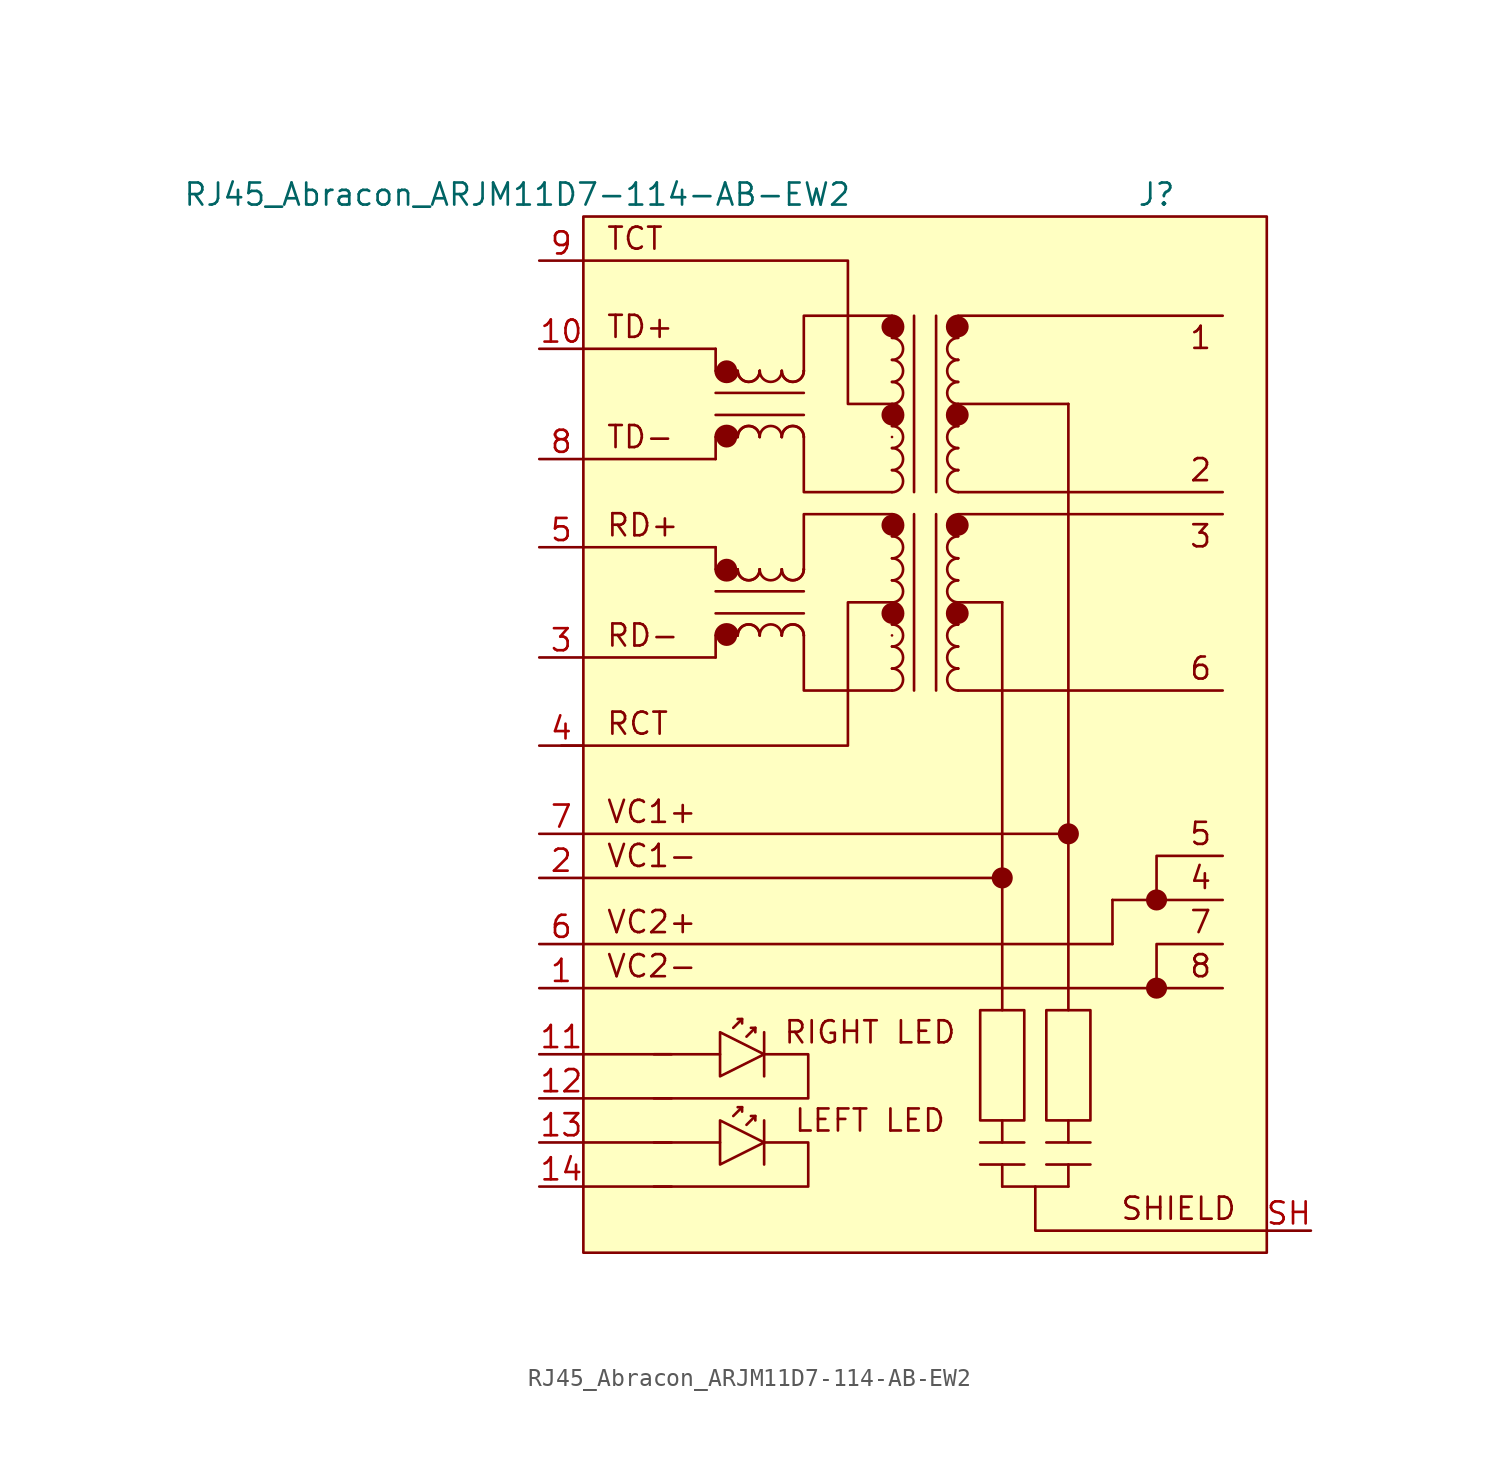
<source format=kicad_sym>
(kicad_symbol_lib
  (version 20211014)
  (generator kicad_symbol_editor)
  (symbol "RJ45_Abracon_ARJM11D7-114-AB-EW2"
    (pin_names hide)
    (property "Reference" "J"
      (at 13.97 30.48 0)
      (effects (font (size 1.27 1.27))))
    (property "Value" "RJ45_Abracon_ARJM11D7-114-AB-EW2"
      (at -22.86 30.48 0)
      (effects (font (size 1.27 1.27))))
    (symbol "RJ45_Abracon_ARJM11D7-114-AB-EW2_0_0"
      (rectangle (start -19.05 29.21) (end 20.32 -30.48) (stroke (width 0.152) (type default) (color 0 0 0 0)) (fill (type background)))
      (polyline (pts (xy -19.05 -26.67) (xy -13.97 -26.67)) (stroke (width 0) (type default) (color 0 0 0 0)) (fill (type none)))
      (polyline (pts (xy -19.05 -24.13) (xy -13.97 -24.13)) (stroke (width 0) (type default) (color 0 0 0 0)) (fill (type none)))
      (polyline (pts (xy -19.05 -21.59) (xy -13.97 -21.59)) (stroke (width 0) (type default) (color 0 0 0 0)) (fill (type none)))
      (polyline (pts (xy -19.05 -19.05) (xy -13.97 -19.05)) (stroke (width 0) (type default) (color 0 0 0 0)) (fill (type none)))
      (polyline (pts (xy -19.05 -15.24) (xy 17.78 -15.24)) (stroke (width 0) (type default) (color 0 0 0 0)) (fill (type none)))
      (polyline (pts (xy -19.05 -12.7) (xy 11.43 -12.7)) (stroke (width 0) (type default) (color 0 0 0 0)) (fill (type none)))
      (polyline (pts (xy -19.05 -8.89) (xy 5.08 -8.89)) (stroke (width 0) (type default) (color 0 0 0 0)) (fill (type none)))
      (polyline (pts (xy -19.05 3.81) (xy -11.43 3.81)) (stroke (width 0) (type default) (color 0 0 0 0)) (fill (type none)))
      (polyline (pts (xy -19.05 10.16) (xy -11.43 10.16)) (stroke (width 0) (type default) (color 0 0 0 0)) (fill (type none)))
      (polyline (pts (xy -19.05 15.24) (xy -11.43 15.24)) (stroke (width 0) (type default) (color 0 0 0 0)) (fill (type none)))
      (polyline (pts (xy -14.986 -19.05) (xy -11.176 -19.05)) (stroke (width 0) (type default) (color 0 0 0 0)) (fill (type none)))
      (polyline (pts (xy -11.43 21.59) (xy -19.05 21.59)) (stroke (width 0) (type default) (color 0 0 0 0)) (fill (type none)))
      (polyline (pts (xy 5.08 -22.86) (xy 5.08 -24.13)) (stroke (width 0) (type default) (color 0 0 0 0)) (fill (type none)))
      (polyline (pts (xy 6.35 -25.4) (xy 3.81 -25.4)) (stroke (width 0) (type default) (color 0 0 0 0)) (fill (type none)))
      (polyline (pts (xy 8.89 -22.86) (xy 8.89 -24.13)) (stroke (width 0) (type default) (color 0 0 0 0)) (fill (type none)))
      (polyline (pts (xy 8.89 -6.35) (xy -19.05 -6.35)) (stroke (width 0) (type default) (color 0 0 0 0)) (fill (type none)))
      (polyline (pts (xy 10.16 -25.4) (xy 7.62 -25.4)) (stroke (width 0) (type default) (color 0 0 0 0)) (fill (type none)))
      (polyline (pts (xy 11.43 -10.16) (xy 17.78 -10.16)) (stroke (width 0) (type default) (color 0 0 0 0)) (fill (type none)))
      (polyline (pts (xy 5.08 -25.4) (xy 5.08 -26.67) (xy 5.08 -26.67)) (stroke (width 0) (type default) (color 0 0 0 0)) (fill (type none)))
      (polyline (pts (xy 8.89 -25.4) (xy 8.89 -26.67) (xy 8.89 -26.67)) (stroke (width 0) (type default) (color 0 0 0 0)) (fill (type none)))
      (polyline (pts (xy 13.97 -15.24) (xy 13.97 -12.7) (xy 17.78 -12.7)) (stroke (width 0) (type default) (color 0 0 0 0)) (fill (type none)))
      (polyline (pts (xy 13.97 -10.16) (xy 13.97 -7.62) (xy 17.78 -7.62)) (stroke (width 0) (type default) (color 0 0 0 0)) (fill (type none)))
      (polyline (pts (xy -8.636 -19.05) (xy -6.096 -19.05) (xy -6.096 -21.59) (xy -14.986 -21.59)) (stroke (width 0) (type default) (color 0 0 0 0)) (fill (type none)))
      (text "1" (at 16.51 22.225 0) (effects (font (size 1.27 1.27))))
      (text "2" (at 16.51 14.605 0) (effects (font (size 1.27 1.27))))
      (text "3" (at 16.51 10.795 0) (effects (font (size 1.27 1.27))))
      (text "4" (at 16.51 -8.89 0) (effects (font (size 1.27 1.27))))
      (text "5" (at 16.51 -6.35 0) (effects (font (size 1.27 1.27))))
      (text "6" (at 16.51 3.175 0) (effects (font (size 1.27 1.27))))
      (text "7" (at 16.51 -11.43 0) (effects (font (size 1.27 1.27))))
      (text "8" (at 16.51 -13.97 0) (effects (font (size 1.27 1.27))))
      (text "LEFT LED" (at -2.54 -22.86 0) (effects (font (size 1.27 1.27))))
      (text "RD+" (at -17.78 11.43 0) (effects (font (size 1.27 1.27)) (justify left)))
      (text "SHIELD" (at 15.24 -27.94 0) (effects (font (size 1.27 1.27))))
      (text "TCT" (at -17.78 27.94 0) (effects (font (size 1.27 1.27)) (justify left)))
      (text "TD+" (at -17.78 22.86 0) (effects (font (size 1.27 1.27)) (justify left)))
      (text "TD-" (at -17.78 16.51 0) (effects (font (size 1.27 1.27)) (justify left)))
      (text "VC2+" (at -17.78 -11.43 0) (effects (font (size 1.27 1.27)) (justify left))))
    (symbol "RJ45_Abracon_ARJM11D7-114-AB-EW2_0_1"
      (polyline (pts (xy -9.906 -22.098) (xy -10.16 -22.098)) (stroke (width 0) (type default) (color 0 0 0 0)) (fill (type none)))
      (polyline (pts (xy -9.144 -22.606) (xy -9.398 -22.606)) (stroke (width 0) (type default) (color 0 0 0 0)) (fill (type none)))
      (polyline (pts (xy -8.636 -17.78) (xy -8.636 -20.32)) (stroke (width 0) (type default) (color 0 0 0 0)) (fill (type none)))
      (polyline (pts (xy 2.54 6.985) (xy 5.08 6.985)) (stroke (width 0.152) (type default) (color 0 0 0 0)) (fill (type none)))
      (polyline (pts (xy 2.54 18.415) (xy 8.89 18.415)) (stroke (width 0.152) (type default) (color 0 0 0 0)) (fill (type none)))
      (polyline (pts (xy 5.08 6.985) (xy 5.08 -16.51)) (stroke (width 0.152) (type default) (color 0 0 0 0)) (fill (type none)))
      (polyline (pts (xy 8.89 18.415) (xy 8.89 -16.51)) (stroke (width 0.152) (type default) (color 0 0 0 0)) (fill (type none)))
      (polyline (pts (xy 11.43 -12.7) (xy 11.43 -10.16)) (stroke (width 0.152) (type default) (color 0 0 0 0)) (fill (type none)))
      (polyline (pts (xy -10.414 -22.606) (xy -9.906 -22.098) (xy -9.906 -22.352)) (stroke (width 0) (type default) (color 0 0 0 0)) (fill (type none)))
      (polyline (pts (xy -9.652 -23.114) (xy -9.144 -22.606) (xy -9.144 -22.86)) (stroke (width 0) (type default) (color 0 0 0 0)) (fill (type none)))
      (polyline (pts (xy -11.176 -17.78) (xy -11.176 -20.32) (xy -8.636 -19.05) (xy -11.176 -17.78)) (stroke (width 0) (type default) (color 0 0 0 0)) (fill (type none))))
    (symbol "RJ45_Abracon_ARJM11D7-114-AB-EW2_1_1"
      (arc (start -11.43 8.89) (mid -10.795 8.255) (end -10.16 8.89) (stroke (width 0) (type default) (color 0 0 0 0)) (fill (type none)))
      (arc (start -11.43 20.32) (mid -10.795 19.685) (end -10.16 20.32) (stroke (width 0) (type default) (color 0 0 0 0)) (fill (type none)))
      (circle (center -10.795 5.08) (radius 0.0001) (stroke (width 0.607) (type default) (color 0 0 0 0)) (fill (type none)))
      (circle (center -10.795 8.89) (radius 0.0001) (stroke (width 0.607) (type default) (color 0 0 0 0)) (fill (type none)))
      (circle (center -10.795 16.51) (radius 0.0001) (stroke (width 0.607) (type default) (color 0 0 0 0)) (fill (type none)))
      (circle (center -10.795 20.32) (radius 0.0001) (stroke (width 0.607) (type default) (color 0 0 0 0)) (fill (type none)))
      (arc (start -10.16 5.08) (mid -10.795 5.715) (end -11.43 5.08) (stroke (width 0) (type default) (color 0 0 0 0)) (fill (type none)))
      (arc (start -10.16 5.08) (mid -7.62 5.08) (end -10.16 5.08) (stroke (width 0) (type default) (color 0 0 0 0)) (fill (type none)))
      (arc (start -10.16 8.89) (mid -9.525 8.255) (end -8.89 8.89) (stroke (width 0) (type default) (color 0 0 0 0)) (fill (type none)))
      (arc (start -10.16 8.89) (mid -9.525 8.255) (end -8.89 8.89) (stroke (width 0) (type default) (color 0 0 0 0)) (fill (type none)))
      (arc (start -10.16 16.51) (mid -10.795 17.145) (end -11.43 16.51) (stroke (width 0) (type default) (color 0 0 0 0)) (fill (type none)))
      (arc (start -10.16 16.51) (mid -7.62 16.51) (end -10.16 16.51) (stroke (width 0) (type default) (color 0 0 0 0)) (fill (type none)))
      (arc (start -10.16 20.32) (mid -9.525 19.685) (end -8.89 20.32) (stroke (width 0) (type default) (color 0 0 0 0)) (fill (type none)))
      (arc (start -10.16 20.32) (mid -9.525 19.685) (end -8.89 20.32) (stroke (width 0) (type default) (color 0 0 0 0)) (fill (type none)))
      (arc (start -8.89 5.08) (mid -9.525 5.715) (end -10.16 5.08) (stroke (width 0) (type default) (color 0 0 0 0)) (fill (type none)))
      (arc (start -8.89 5.08) (mid -9.525 5.715) (end -10.16 5.08) (stroke (width 0) (type default) (color 0 0 0 0)) (fill (type none)))
      (arc (start -8.89 8.89) (mid -11.43 8.89) (end -8.89 8.89) (stroke (width 0) (type default) (color 0 0 0 0)) (fill (type none)))
      (arc (start -8.89 8.89) (mid -8.255 8.255) (end -7.62 8.89) (stroke (width 0) (type default) (color 0 0 0 0)) (fill (type none)))
      (arc (start -8.89 16.51) (mid -9.525 17.145) (end -10.16 16.51) (stroke (width 0) (type default) (color 0 0 0 0)) (fill (type none)))
      (arc (start -8.89 16.51) (mid -9.525 17.145) (end -10.16 16.51) (stroke (width 0) (type default) (color 0 0 0 0)) (fill (type none)))
      (arc (start -8.89 20.32) (mid -11.43 20.32) (end -8.89 20.32) (stroke (width 0) (type default) (color 0 0 0 0)) (fill (type none)))
      (arc (start -8.89 20.32) (mid -8.255 19.685) (end -7.62 20.32) (stroke (width 0) (type default) (color 0 0 0 0)) (fill (type none)))
      (arc (start -7.62 5.08) (mid -8.255 5.715) (end -8.89 5.08) (stroke (width 0) (type default) (color 0 0 0 0)) (fill (type none)))
      (arc (start -7.62 5.08) (mid -5.08 5.08) (end -7.62 5.08) (stroke (width 0) (type default) (color 0 0 0 0)) (fill (type none)))
      (arc (start -7.62 8.89) (mid -6.985 8.255) (end -6.35 8.89) (stroke (width 0) (type default) (color 0 0 0 0)) (fill (type none)))
      (arc (start -7.62 8.89) (mid -6.985 8.255) (end -6.35 8.89) (stroke (width 0) (type default) (color 0 0 0 0)) (fill (type none)))
      (arc (start -7.62 16.51) (mid -8.255 17.145) (end -8.89 16.51) (stroke (width 0) (type default) (color 0 0 0 0)) (fill (type none)))
      (arc (start -7.62 16.51) (mid -5.08 16.51) (end -7.62 16.51) (stroke (width 0) (type default) (color 0 0 0 0)) (fill (type none)))
      (arc (start -7.62 20.32) (mid -6.985 19.685) (end -6.35 20.32) (stroke (width 0) (type default) (color 0 0 0 0)) (fill (type none)))
      (arc (start -7.62 20.32) (mid -6.985 19.685) (end -6.35 20.32) (stroke (width 0) (type default) (color 0 0 0 0)) (fill (type none)))
      (arc (start -6.35 5.08) (mid -6.985 5.715) (end -7.62 5.08) (stroke (width 0) (type default) (color 0 0 0 0)) (fill (type none)))
      (arc (start -6.35 5.08) (mid -6.985 5.715) (end -7.62 5.08) (stroke (width 0) (type default) (color 0 0 0 0)) (fill (type none)))
      (arc (start -6.35 8.89) (mid -8.89 8.89) (end -6.35 8.89) (stroke (width 0) (type default) (color 0 0 0 0)) (fill (type none)))
      (arc (start -6.35 16.51) (mid -6.985 17.145) (end -7.62 16.51) (stroke (width 0) (type default) (color 0 0 0 0)) (fill (type none)))
      (arc (start -6.35 16.51) (mid -6.985 17.145) (end -7.62 16.51) (stroke (width 0) (type default) (color 0 0 0 0)) (fill (type none)))
      (arc (start -6.35 20.32) (mid -8.89 20.32) (end -6.35 20.32) (stroke (width 0) (type default) (color 0 0 0 0)) (fill (type none)))
      (arc (start -1.27 1.905) (mid -0.635 2.54) (end -1.27 3.175) (stroke (width 0) (type default) (color 0 0 0 0)) (fill (type none)))
      (arc (start -1.27 3.175) (mid -0.635 3.81) (end -1.27 4.445) (stroke (width 0) (type default) (color 0 0 0 0)) (fill (type none)))
      (arc (start -1.27 4.445) (mid -0.635 5.08) (end -1.27 5.715) (stroke (width 0) (type default) (color 0 0 0 0)) (fill (type none)))
      (arc (start -1.27 5.08) (mid -1.27 2.54) (end -1.27 5.08) (stroke (width 0) (type default) (color 0 0 0 0)) (fill (type none)))
      (arc (start -1.27 5.715) (mid -0.635 6.35) (end -1.27 6.985) (stroke (width 0) (type default) (color 0 0 0 0)) (fill (type none)))
      (arc (start -1.27 6.35) (mid -1.27 3.81) (end -1.27 6.35) (stroke (width 0) (type default) (color 0 0 0 0)) (fill (type none)))
      (circle (center -1.27 6.35) (radius 0.0001) (stroke (width 0.607) (type default) (color 0 0 0 0)) (fill (type none)))
      (arc (start -1.27 6.985) (mid -0.635 7.62) (end -1.27 8.255) (stroke (width 0) (type default) (color 0 0 0 0)) (fill (type none)))
      (arc (start -1.27 8.255) (mid -0.635 8.89) (end -1.27 9.525) (stroke (width 0) (type default) (color 0 0 0 0)) (fill (type none)))
      (arc (start -1.27 9.525) (mid -0.635 10.16) (end -1.27 10.795) (stroke (width 0) (type default) (color 0 0 0 0)) (fill (type none)))
      (arc (start -1.27 10.795) (mid -0.635 11.43) (end -1.27 12.065) (stroke (width 0) (type default) (color 0 0 0 0)) (fill (type none)))
      (arc (start -1.27 11.43) (mid -1.27 8.89) (end -1.27 11.43) (stroke (width 0) (type default) (color 0 0 0 0)) (fill (type none)))
      (circle (center -1.27 11.43) (radius 0.0001) (stroke (width 0.607) (type default) (color 0 0 0 0)) (fill (type none)))
      (arc (start -1.27 13.335) (mid -0.635 13.97) (end -1.27 14.605) (stroke (width 0) (type default) (color 0 0 0 0)) (fill (type none)))
      (arc (start -1.27 14.605) (mid -0.635 15.24) (end -1.27 15.875) (stroke (width 0) (type default) (color 0 0 0 0)) (fill (type none)))
      (arc (start -1.27 15.875) (mid -0.635 16.51) (end -1.27 17.145) (stroke (width 0) (type default) (color 0 0 0 0)) (fill (type none)))
      (arc (start -1.27 16.51) (mid -1.27 13.97) (end -1.27 16.51) (stroke (width 0) (type default) (color 0 0 0 0)) (fill (type none)))
      (arc (start -1.27 17.145) (mid -0.635 17.78) (end -1.27 18.415) (stroke (width 0) (type default) (color 0 0 0 0)) (fill (type none)))
      (arc (start -1.27 17.78) (mid -1.27 15.24) (end -1.27 17.78) (stroke (width 0) (type default) (color 0 0 0 0)) (fill (type none)))
      (circle (center -1.27 17.78) (radius 0.0001) (stroke (width 0.607) (type default) (color 0 0 0 0)) (fill (type none)))
      (arc (start -1.27 18.415) (mid -0.635 19.05) (end -1.27 19.685) (stroke (width 0) (type default) (color 0 0 0 0)) (fill (type none)))
      (arc (start -1.27 19.685) (mid -0.635 20.32) (end -1.27 20.955) (stroke (width 0) (type default) (color 0 0 0 0)) (fill (type none)))
      (arc (start -1.27 20.955) (mid -0.635 21.59) (end -1.27 22.225) (stroke (width 0) (type default) (color 0 0 0 0)) (fill (type none)))
      (arc (start -1.27 22.225) (mid -0.635 22.86) (end -1.27 23.495) (stroke (width 0) (type default) (color 0 0 0 0)) (fill (type none)))
      (arc (start -1.27 22.86) (mid -1.27 20.32) (end -1.27 22.86) (stroke (width 0) (type default) (color 0 0 0 0)) (fill (type none)))
      (circle (center -1.27 22.86) (radius 0.0001) (stroke (width 0.607) (type default) (color 0 0 0 0)) (fill (type none)))
      (polyline (pts (xy -14.986 -24.13) (xy -11.176 -24.13)) (stroke (width 0) (type default) (color 0 0 0 0)) (fill (type none)))
      (polyline (pts (xy -11.43 3.81) (xy -11.43 5.08)) (stroke (width 0.152) (type default) (color 0 0 0 0)) (fill (type none)))
      (polyline (pts (xy -11.43 6.35) (xy -6.35 6.35)) (stroke (width 0) (type default) (color 0 0 0 0)) (fill (type none)))
      (polyline (pts (xy -11.43 8.89) (xy -11.43 10.16)) (stroke (width 0.152) (type default) (color 0 0 0 0)) (fill (type none)))
      (polyline (pts (xy -11.43 15.24) (xy -11.43 16.51)) (stroke (width 0.152) (type default) (color 0 0 0 0)) (fill (type none)))
      (polyline (pts (xy -11.43 17.78) (xy -6.35 17.78)) (stroke (width 0) (type default) (color 0 0 0 0)) (fill (type none)))
      (polyline (pts (xy -11.43 20.32) (xy -11.43 21.59)) (stroke (width 0.152) (type default) (color 0 0 0 0)) (fill (type none)))
      (polyline (pts (xy -9.906 -17.018) (xy -10.16 -17.018)) (stroke (width 0) (type default) (color 0 0 0 0)) (fill (type none)))
      (polyline (pts (xy -9.144 -17.526) (xy -9.398 -17.526)) (stroke (width 0) (type default) (color 0 0 0 0)) (fill (type none)))
      (polyline (pts (xy -8.636 -22.86) (xy -8.636 -25.4)) (stroke (width 0) (type default) (color 0 0 0 0)) (fill (type none)))
      (polyline (pts (xy -6.35 7.62) (xy -11.43 7.62)) (stroke (width 0) (type default) (color 0 0 0 0)) (fill (type none)))
      (polyline (pts (xy -6.35 19.05) (xy -11.43 19.05)) (stroke (width 0) (type default) (color 0 0 0 0)) (fill (type none)))
      (polyline (pts (xy 0 12.065) (xy 0 1.905)) (stroke (width 0) (type default) (color 0 0 0 0)) (fill (type none)))
      (polyline (pts (xy 0 23.495) (xy 0 13.335)) (stroke (width 0) (type default) (color 0 0 0 0)) (fill (type none)))
      (polyline (pts (xy 1.27 1.905) (xy 1.27 12.065)) (stroke (width 0) (type default) (color 0 0 0 0)) (fill (type none)))
      (polyline (pts (xy 1.27 13.335) (xy 1.27 23.495)) (stroke (width 0) (type default) (color 0 0 0 0)) (fill (type none)))
      (polyline (pts (xy 2.54 1.905) (xy 17.78 1.905)) (stroke (width 0.152) (type default) (color 0 0 0 0)) (fill (type none)))
      (polyline (pts (xy 2.54 12.065) (xy 17.78 12.065)) (stroke (width 0.152) (type default) (color 0 0 0 0)) (fill (type none)))
      (polyline (pts (xy 2.54 13.335) (xy 17.78 13.335)) (stroke (width 0.152) (type default) (color 0 0 0 0)) (fill (type none)))
      (polyline (pts (xy 2.54 23.495) (xy 17.78 23.495)) (stroke (width 0.152) (type default) (color 0 0 0 0)) (fill (type none)))
      (polyline (pts (xy 5.08 -26.67) (xy 8.89 -26.67)) (stroke (width 0.152) (type default) (color 0 0 0 0)) (fill (type none)))
      (polyline (pts (xy 6.35 -24.13) (xy 3.81 -24.13)) (stroke (width 0) (type default) (color 0 0 0 0)) (fill (type none)))
      (polyline (pts (xy 10.16 -24.13) (xy 7.62 -24.13)) (stroke (width 0) (type default) (color 0 0 0 0)) (fill (type none)))
      (polyline (pts (xy -10.414 -17.526) (xy -9.906 -17.018) (xy -9.906 -17.272)) (stroke (width 0) (type default) (color 0 0 0 0)) (fill (type none)))
      (polyline (pts (xy -9.652 -18.034) (xy -9.144 -17.526) (xy -9.144 -17.78)) (stroke (width 0) (type default) (color 0 0 0 0)) (fill (type none)))
      (polyline (pts (xy -6.35 5.08) (xy -6.35 1.905) (xy -1.27 1.905)) (stroke (width 0.152) (type default) (color 0 0 0 0)) (fill (type none)))
      (polyline (pts (xy -6.35 8.89) (xy -6.35 12.065) (xy -1.27 12.065)) (stroke (width 0.152) (type default) (color 0 0 0 0)) (fill (type none)))
      (polyline (pts (xy -6.35 16.51) (xy -6.35 13.335) (xy -1.27 13.335)) (stroke (width 0.152) (type default) (color 0 0 0 0)) (fill (type none)))
      (polyline (pts (xy -6.35 20.32) (xy -6.35 23.495) (xy -1.27 23.495)) (stroke (width 0.152) (type default) (color 0 0 0 0)) (fill (type none)))
      (polyline (pts (xy 20.32 -29.21) (xy 6.985 -29.21) (xy 6.985 -26.67)) (stroke (width 0.152) (type default) (color 0 0 0 0)) (fill (type none)))
      (polyline (pts (xy -11.176 -22.86) (xy -11.176 -25.4) (xy -8.636 -24.13) (xy -11.176 -22.86)) (stroke (width 0) (type default) (color 0 0 0 0)) (fill (type none)))
      (polyline (pts (xy -8.636 -24.13) (xy -6.096 -24.13) (xy -6.096 -26.67) (xy -14.986 -26.67)) (stroke (width 0) (type default) (color 0 0 0 0)) (fill (type none)))
      (polyline (pts (xy -1.27 6.985) (xy -3.81 6.985) (xy -3.81 -1.27) (xy -20.32 -1.27)) (stroke (width 0.152) (type default) (color 0 0 0 0)) (fill (type none)))
      (polyline (pts (xy -1.27 18.415) (xy -3.81 18.415) (xy -3.81 26.67) (xy -19.05 26.67)) (stroke (width 0.152) (type default) (color 0 0 0 0)) (fill (type none)))
      (arc (start 2.54 3.175) (mid 1.905 2.54) (end 2.54 1.905) (stroke (width 0) (type default) (color 0 0 0 0)) (fill (type none)))
      (arc (start 2.54 3.175) (mid 2.54 5.715) (end 2.54 3.175) (stroke (width 0) (type default) (color 0 0 0 0)) (fill (type none)))
      (arc (start 2.54 4.445) (mid 1.905 3.81) (end 2.54 3.175) (stroke (width 0) (type default) (color 0 0 0 0)) (fill (type none)))
      (arc (start 2.54 5.715) (mid 1.905 5.08) (end 2.54 4.445) (stroke (width 0) (type default) (color 0 0 0 0)) (fill (type none)))
      (arc (start 2.54 5.715) (mid 2.54 8.255) (end 2.54 5.715) (stroke (width 0) (type default) (color 0 0 0 0)) (fill (type none)))
      (circle (center 2.54 6.35) (radius 0.0001) (stroke (width 0.607) (type default) (color 0 0 0 0)) (fill (type none)))
      (arc (start 2.54 6.985) (mid 1.905 6.35) (end 2.54 5.715) (stroke (width 0) (type default) (color 0 0 0 0)) (fill (type none)))
      (arc (start 2.54 8.255) (mid 1.905 7.62) (end 2.54 6.985) (stroke (width 0) (type default) (color 0 0 0 0)) (fill (type none)))
      (arc (start 2.54 9.525) (mid 1.905 8.89) (end 2.54 8.255) (stroke (width 0) (type default) (color 0 0 0 0)) (fill (type none)))
      (arc (start 2.54 9.525) (mid 2.54 12.065) (end 2.54 9.525) (stroke (width 0) (type default) (color 0 0 0 0)) (fill (type none)))
      (arc (start 2.54 10.795) (mid 1.905 10.16) (end 2.54 9.525) (stroke (width 0) (type default) (color 0 0 0 0)) (fill (type none)))
      (circle (center 2.54 11.43) (radius 0.0001) (stroke (width 0.607) (type default) (color 0 0 0 0)) (fill (type none)))
      (arc (start 2.54 12.065) (mid 1.905 11.43) (end 2.54 10.795) (stroke (width 0) (type default) (color 0 0 0 0)) (fill (type none)))
      (arc (start 2.54 14.605) (mid 1.905 13.97) (end 2.54 13.335) (stroke (width 0) (type default) (color 0 0 0 0)) (fill (type none)))
      (arc (start 2.54 14.605) (mid 2.54 17.145) (end 2.54 14.605) (stroke (width 0) (type default) (color 0 0 0 0)) (fill (type none)))
      (arc (start 2.54 15.875) (mid 1.905 15.24) (end 2.54 14.605) (stroke (width 0) (type default) (color 0 0 0 0)) (fill (type none)))
      (arc (start 2.54 17.145) (mid 1.905 16.51) (end 2.54 15.875) (stroke (width 0) (type default) (color 0 0 0 0)) (fill (type none)))
      (arc (start 2.54 17.145) (mid 2.54 19.685) (end 2.54 17.145) (stroke (width 0) (type default) (color 0 0 0 0)) (fill (type none)))
      (circle (center 2.54 17.78) (radius 0.0001) (stroke (width 0.607) (type default) (color 0 0 0 0)) (fill (type none)))
      (arc (start 2.54 18.415) (mid 1.905 17.78) (end 2.54 17.145) (stroke (width 0) (type default) (color 0 0 0 0)) (fill (type none)))
      (arc (start 2.54 19.685) (mid 1.905 19.05) (end 2.54 18.415) (stroke (width 0) (type default) (color 0 0 0 0)) (fill (type none)))
      (arc (start 2.54 20.955) (mid 1.905 20.32) (end 2.54 19.685) (stroke (width 0) (type default) (color 0 0 0 0)) (fill (type none)))
      (arc (start 2.54 20.955) (mid 2.54 23.495) (end 2.54 20.955) (stroke (width 0) (type default) (color 0 0 0 0)) (fill (type none)))
      (arc (start 2.54 22.225) (mid 1.905 21.59) (end 2.54 20.955) (stroke (width 0) (type default) (color 0 0 0 0)) (fill (type none)))
      (circle (center 2.54 22.86) (radius 0.0001) (stroke (width 0.607) (type default) (color 0 0 0 0)) (fill (type none)))
      (arc (start 2.54 23.495) (mid 1.905 22.86) (end 2.54 22.225) (stroke (width 0) (type default) (color 0 0 0 0)) (fill (type none)))
      (circle (center 5.08 -8.89) (radius 0.0001) (stroke (width 0.607) (type default) (color 0 0 0 0)) (fill (type none)))
      (rectangle (start 6.35 -22.86) (end 3.81 -16.51) (stroke (width 0) (type default) (color 0 0 0 0)) (fill (type none)))
      (circle (center 8.89 -6.35) (radius 0.0001) (stroke (width 0.607) (type default) (color 0 0 0 0)) (fill (type none)))
      (rectangle (start 10.16 -22.86) (end 7.62 -16.51) (stroke (width 0) (type default) (color 0 0 0 0)) (fill (type none)))
      (circle (center 13.97 -15.24) (radius 0.0001) (stroke (width 0.607) (type default) (color 0 0 0 0)) (fill (type none)))
      (circle (center 13.97 -10.16) (radius 0.0001) (stroke (width 0.607) (type default) (color 0 0 0 0)) (fill (type none)))
      (text "RCT" (at -17.78 0 0) (effects (font (size 1.27 1.27)) (justify left)))
      (text "RD-" (at -17.78 5.08 0) (effects (font (size 1.27 1.27)) (justify left)))
      (text "RIGHT LED" (at -2.54 -17.78 0) (effects (font (size 1.27 1.27))))
      (text "VC1+" (at -17.78 -5.08 0) (effects (font (size 1.27 1.27)) (justify left)))
      (text "VC1-" (at -17.78 -7.62 0) (effects (font (size 1.27 1.27)) (justify left)))
      (text "VC2-" (at -17.78 -13.97 0) (effects (font (size 1.27 1.27)) (justify left)))
      (pin passive line (at -21.59 -15.24 0) (length 2.54) (name "TD+" (effects (font (size 1.27 1.27)))) (number "1" (effects (font (size 1.27 1.27)))))
      (pin passive line (at -21.59 21.59 0) (length 2.54) (name "TD+" (effects (font (size 1.27 1.27)))) (number "10" (effects (font (size 1.27 1.27)))))
      (pin passive line (at -21.59 -19.05 0) (length 2.54) (name "RLED+" (effects (font (size 1.27 1.27)))) (number "11" (effects (font (size 1.27 1.27)))))
      (pin passive line (at -21.59 -21.59 0) (length 2.54) (name "RLED-" (effects (font (size 1.27 1.27)))) (number "12" (effects (font (size 1.27 1.27)))))
      (pin passive line (at -21.59 -24.13 0) (length 2.54) (name "LLED+" (effects (font (size 1.27 1.27)))) (number "13" (effects (font (size 1.27 1.27)))))
      (pin passive line (at -21.59 -26.67 0) (length 2.54) (name "LLED-" (effects (font (size 1.27 1.27)))) (number "14" (effects (font (size 1.27 1.27)))))
      (pin passive line (at -21.59 -8.89 0) (length 2.54) (name "TD-" (effects (font (size 1.27 1.27)))) (number "2" (effects (font (size 1.27 1.27)))))
      (pin passive line (at -21.59 3.81 0) (length 2.54) (name "RD+" (effects (font (size 1.27 1.27)))) (number "3" (effects (font (size 1.27 1.27)))))
      (pin passive line (at -21.59 -1.27 0) (length 2.54) (name "CT" (effects (font (size 1.27 1.27)))) (number "4" (effects (font (size 1.27 1.27)))))
      (pin passive line (at -21.59 10.16 0) (length 2.54) (name "CT" (effects (font (size 1.27 1.27)))) (number "5" (effects (font (size 1.27 1.27)))))
      (pin passive line (at -21.59 -12.7 0) (length 2.54) (name "RD-" (effects (font (size 1.27 1.27)))) (number "6" (effects (font (size 1.27 1.27)))))
      (pin passive line (at -21.59 -6.35 0) (length 2.54) (name "7" (effects (font (size 1.27 1.27)))) (number "7" (effects (font (size 1.27 1.27)))))
      (pin passive line (at -21.59 15.24 0) (length 2.54) (name "TD-" (effects (font (size 1.27 1.27)))) (number "8" (effects (font (size 1.27 1.27)))))
      (pin passive line (at -21.59 26.67 0) (length 2.54) (name "V+" (effects (font (size 1.27 1.27)))) (number "9" (effects (font (size 1.27 1.27)))))
      (pin passive line (at 22.86 -29.21 180) (length 2.54) (name "SHIELD" (effects (font (size 1.27 1.27)))) (number "SH" (effects (font (size 1.27 1.27))))))))
</source>
